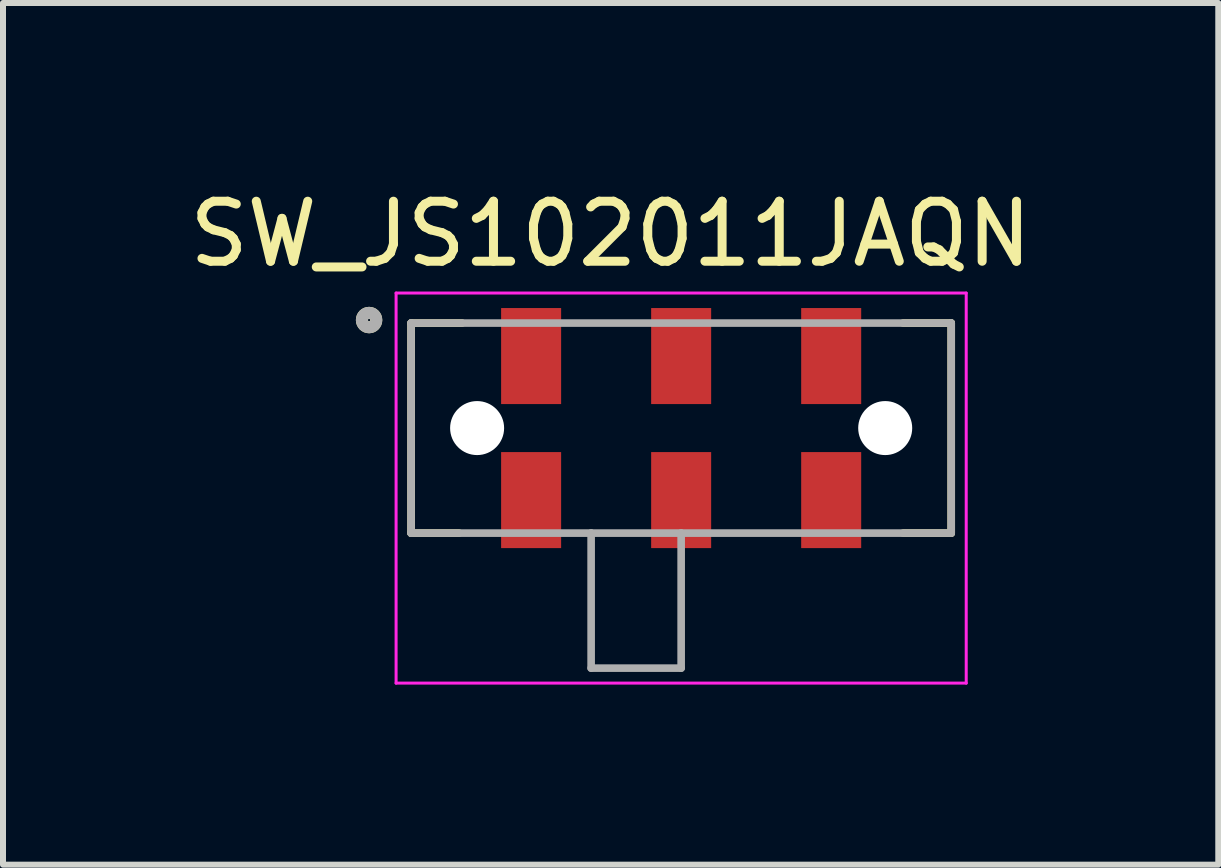
<source format=kicad_pcb>
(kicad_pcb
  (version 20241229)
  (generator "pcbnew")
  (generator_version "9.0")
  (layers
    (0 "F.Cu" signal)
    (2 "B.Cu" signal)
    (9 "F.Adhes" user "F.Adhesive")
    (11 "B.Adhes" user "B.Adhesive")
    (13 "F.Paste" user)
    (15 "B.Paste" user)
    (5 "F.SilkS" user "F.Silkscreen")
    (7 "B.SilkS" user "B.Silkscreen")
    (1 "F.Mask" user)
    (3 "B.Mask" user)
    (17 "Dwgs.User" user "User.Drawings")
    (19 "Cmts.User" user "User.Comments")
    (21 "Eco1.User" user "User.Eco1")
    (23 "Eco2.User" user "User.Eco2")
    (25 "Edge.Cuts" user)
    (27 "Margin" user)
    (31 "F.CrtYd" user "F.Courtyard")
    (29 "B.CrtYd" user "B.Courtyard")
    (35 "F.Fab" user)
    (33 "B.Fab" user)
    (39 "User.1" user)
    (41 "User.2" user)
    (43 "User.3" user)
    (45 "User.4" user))
  (footprint "SW_JS102011JAQN"
    (layer "F.Cu")
    (at 8.3 4.083)
    (property "Reference" "SW_JS102011JAQN" (at -1.175 -3.235 0) (layer "F.SilkS") (effects (font (size 1 1) (thickness 0.15))))
    (attr smd)
    (fp_line (start -4.5 -1.75) (end -4.5 1.75) (stroke (width 0.127) (type solid)) (layer "F.SilkS"))
    (fp_line (start -4.5 1.75) (end -3.7 1.75) (stroke (width 0.127) (type solid)) (layer "F.SilkS"))
    (fp_line (start -3.65 -1.75) (end -4.5 -1.75) (stroke (width 0.127) (type solid)) (layer "F.SilkS"))
    (fp_line (start 3.7 -1.75) (end 4.5 -1.75) (stroke (width 0.127) (type solid)) (layer "F.SilkS"))
    (fp_line (start 4.5 -1.75) (end 4.5 1.75) (stroke (width 0.127) (type solid)) (layer "F.SilkS"))
    (fp_line (start 4.5 1.75) (end 3.7 1.75) (stroke (width 0.127) (type solid)) (layer "F.SilkS"))
    (fp_circle (center -5.2 -1.8) (end -5.08 -1.8) (stroke (width 0.2) (type solid)) (fill no) (layer "F.SilkS"))
    (fp_line (start -4.75 -2.25) (end 4.75 -2.25) (stroke (width 0.05) (type solid)) (layer "F.CrtYd"))
    (fp_line (start -4.75 4.25) (end -4.75 -2.25) (stroke (width 0.05) (type solid)) (layer "F.CrtYd"))
    (fp_line (start 4.75 -2.25) (end 4.75 4.25) (stroke (width 0.05) (type solid)) (layer "F.CrtYd"))
    (fp_line (start 4.75 4.25) (end -4.75 4.25) (stroke (width 0.05) (type solid)) (layer "F.CrtYd"))
    (fp_line (start -4.5 -1.75) (end 4.5 -1.75) (stroke (width 0.127) (type solid)) (layer "F.Fab"))
    (fp_line (start -4.5 1.75) (end -4.5 -1.75) (stroke (width 0.127) (type solid)) (layer "F.Fab"))
    (fp_line (start -1.5 1.75) (end -4.5 1.75) (stroke (width 0.127) (type solid)) (layer "F.Fab"))
    (fp_line (start -1.5 1.75) (end -1.5 4) (stroke (width 0.127) (type solid)) (layer "F.Fab"))
    (fp_line (start -1.5 4) (end 0 4) (stroke (width 0.127) (type solid)) (layer "F.Fab"))
    (fp_line (start 0 1.75) (end -1.5 1.75) (stroke (width 0.127) (type solid)) (layer "F.Fab"))
    (fp_line (start 0 4) (end 0 1.75) (stroke (width 0.127) (type solid)) (layer "F.Fab"))
    (fp_line (start 4.5 -1.75) (end 4.5 1.75) (stroke (width 0.127) (type solid)) (layer "F.Fab"))
    (fp_line (start 4.5 1.75) (end 0 1.75) (stroke (width 0.127) (type solid)) (layer "F.Fab"))
    (fp_circle (center -5.2 -1.8) (end -5.08 -1.8) (stroke (width 0.2) (type solid)) (fill no) (layer "F.Fab"))
    (pad "" np_thru_hole circle (at -3.4 0) (size 0.9 0.9) (drill 0.9) (layers "*.Cu" "*.Mask"))
    (pad "" np_thru_hole circle (at 3.4 0) (size 0.9 0.9) (drill 0.9) (layers "*.Cu" "*.Mask"))
    (pad "1" smd rect (at -2.5 -1.2) (size 1 1.6) (layers "F.Cu" "F.Mask" "F.Paste"))
    (pad "1.1" smd rect (at -2.5 1.2 180) (size 1 1.6) (layers "F.Cu" "F.Mask" "F.Paste"))
    (pad "2" smd rect (at 0 -1.2) (size 1 1.6) (layers "F.Cu" "F.Mask" "F.Paste"))
    (pad "2.1" smd rect (at 0 1.2 180) (size 1 1.6) (layers "F.Cu" "F.Mask" "F.Paste"))
    (pad "3" smd rect (at 2.5 -1.2) (size 1 1.6) (layers "F.Cu" "F.Mask" "F.Paste"))
    (pad "3.1" smd rect (at 2.5 1.2 180) (size 1 1.6) (layers "F.Cu" "F.Mask" "F.Paste")))
  (gr_rect
    (start -3 -3)
    (end 17.25 11.358)
    (stroke (width 0.1) (type default))
    (fill no)
    (layer "Edge.Cuts")))
</source>
